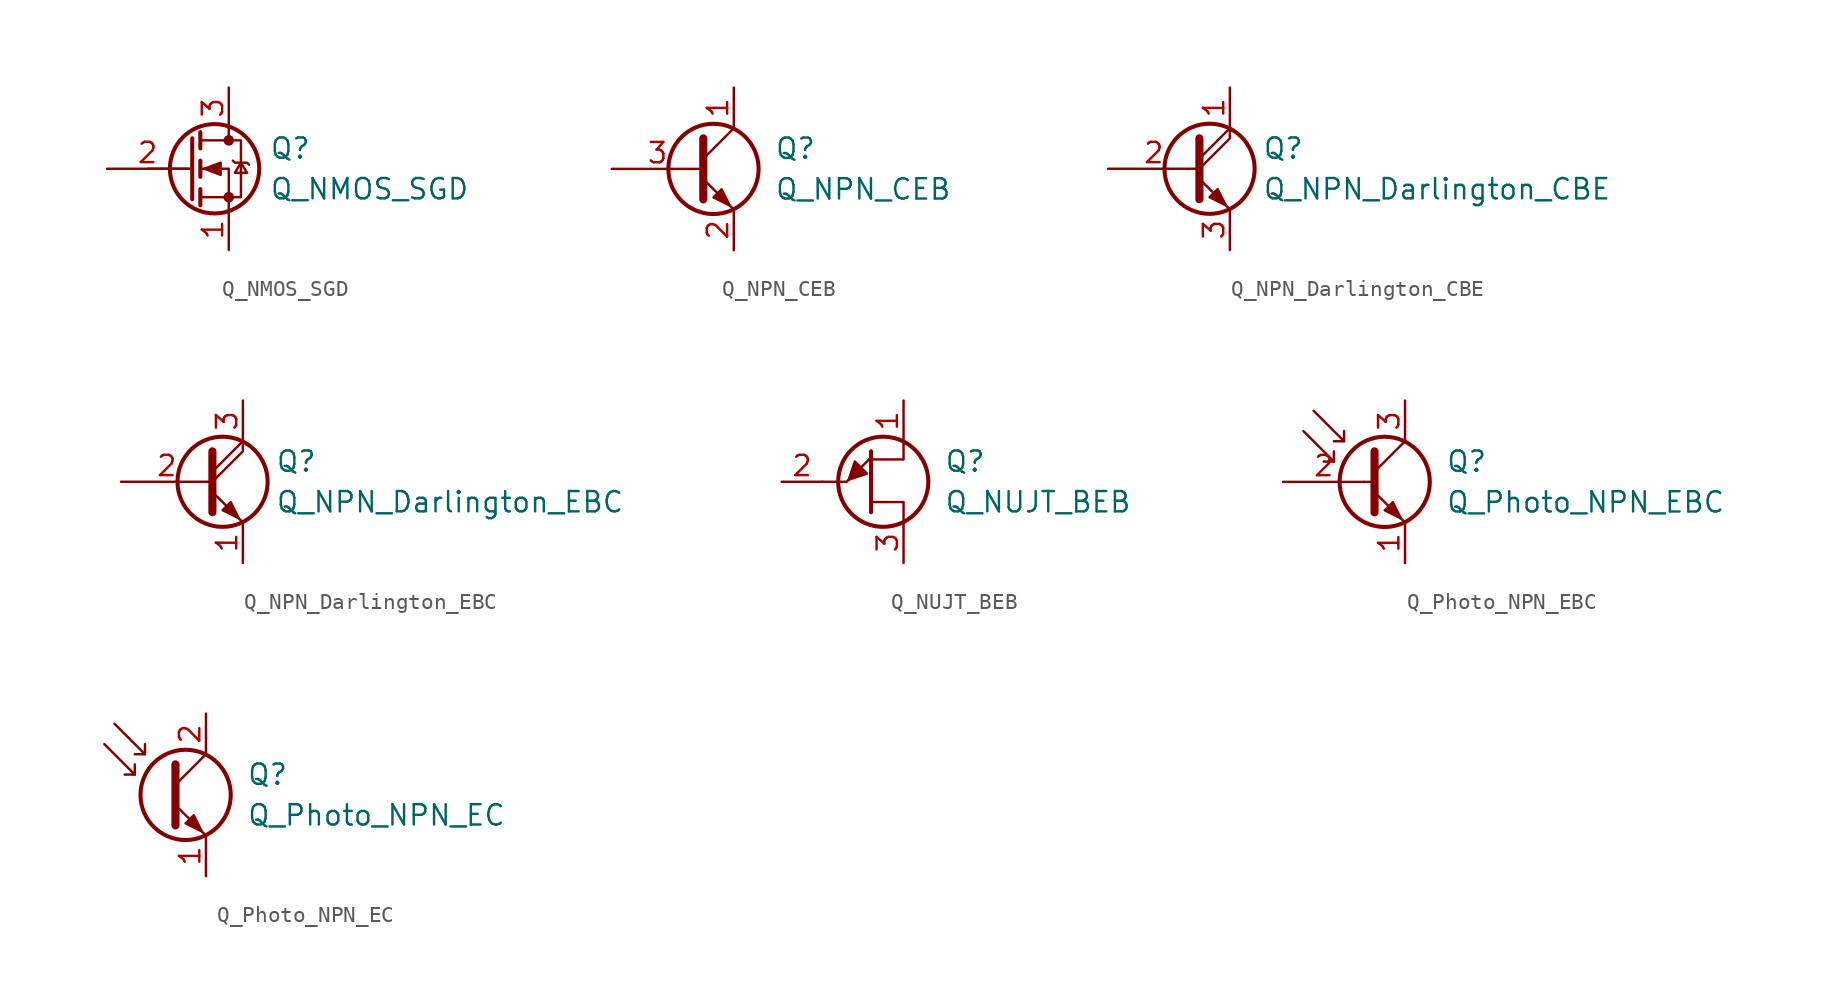
<source format=kicad_sym>
(kicad_symbol_lib
  (version 20220914)
  (generator kicad_symbol_editor)
  (symbol "Q_NMOS_SGD"
    (pin_names
      (offset 0) hide)
    (property "Reference" "Q"
      (at 5.08 1.27 0)
      (effects (font (size 1.27 1.27)) (justify left)))
    (property "Value" "Q_NMOS_SGD"
      (at 5.08 -1.27 0)
      (effects (font (size 1.27 1.27)) (justify left)))
    (symbol "Q_NMOS_SGD_0_1"
      (polyline (pts (xy 0.254 0) (xy -2.54 0)) (stroke (width 0) (type default)) (fill (type none)))
      (polyline (pts (xy 0.254 1.905) (xy 0.254 -1.905)) (stroke (width 0.254) (type default)) (fill (type none)))
      (polyline (pts (xy 0.762 -1.27) (xy 0.762 -2.286)) (stroke (width 0.254) (type default)) (fill (type none)))
      (polyline (pts (xy 0.762 0.508) (xy 0.762 -0.508)) (stroke (width 0.254) (type default)) (fill (type none)))
      (polyline (pts (xy 0.762 2.286) (xy 0.762 1.27)) (stroke (width 0.254) (type default)) (fill (type none)))
      (polyline (pts (xy 2.54 2.54) (xy 2.54 1.778)) (stroke (width 0) (type default)) (fill (type none)))
      (polyline (pts (xy 2.54 -2.54) (xy 2.54 0) (xy 0.762 0)) (stroke (width 0) (type default)) (fill (type none)))
      (polyline (pts (xy 0.762 -1.778) (xy 3.302 -1.778) (xy 3.302 1.778) (xy 0.762 1.778)) (stroke (width 0) (type default)) (fill (type none)))
      (polyline (pts (xy 1.016 0) (xy 2.032 0.381) (xy 2.032 -0.381) (xy 1.016 0)) (stroke (width 0) (type default)) (fill (type outline)))
      (polyline (pts (xy 2.794 0.508) (xy 2.921 0.381) (xy 3.683 0.381) (xy 3.81 0.254)) (stroke (width 0) (type default)) (fill (type none)))
      (polyline (pts (xy 3.302 0.381) (xy 2.921 -0.254) (xy 3.683 -0.254) (xy 3.302 0.381)) (stroke (width 0) (type default)) (fill (type none)))
      (circle (center 1.651 0) (radius 2.794) (stroke (width 0.254) (type default)) (fill (type none)))
      (circle (center 2.54 -1.778) (radius 0.254) (stroke (width 0) (type default)) (fill (type outline)))
      (circle (center 2.54 1.778) (radius 0.254) (stroke (width 0) (type default)) (fill (type outline))))
    (symbol "Q_NMOS_SGD_1_1"
      (pin passive line (at 2.54 -5.08 90) (length 2.54) (name "S" (effects (font (size 1.27 1.27)))) (number "1" (effects (font (size 1.27 1.27)))))
      (pin input line (at -5.08 0 0) (length 5.08) (name "G" (effects (font (size 1.27 1.27)))) (number "2" (effects (font (size 1.27 1.27)))))
      (pin passive line (at 2.54 5.08 270) (length 2.54) (name "D" (effects (font (size 1.27 1.27)))) (number "3" (effects (font (size 1.27 1.27)))))))
  (symbol "Q_NPN_CEB"
    (pin_names
      (offset 0) hide)
    (property "Reference" "Q"
      (at 5.08 1.27 0)
      (effects (font (size 1.27 1.27)) (justify left)))
    (property "Value" "Q_NPN_CEB"
      (at 5.08 -1.27 0)
      (effects (font (size 1.27 1.27)) (justify left)))
    (symbol "Q_NPN_CEB_0_1"
      (polyline (pts (xy 0.635 0.635) (xy 2.54 2.54)) (stroke (width 0) (type default)) (fill (type none)))
      (polyline (pts (xy 0.635 -0.635) (xy 2.54 -2.54) (xy 2.54 -2.54)) (stroke (width 0) (type default)) (fill (type none)))
      (polyline (pts (xy 0.635 1.905) (xy 0.635 -1.905) (xy 0.635 -1.905)) (stroke (width 0.508) (type default)) (fill (type none)))
      (polyline (pts (xy 1.27 -1.778) (xy 1.778 -1.27) (xy 2.286 -2.286) (xy 1.27 -1.778) (xy 1.27 -1.778)) (stroke (width 0) (type default)) (fill (type outline)))
      (circle (center 1.27 0) (radius 2.819) (stroke (width 0.254) (type default)) (fill (type none))))
    (symbol "Q_NPN_CEB_1_1"
      (pin passive line (at 2.54 5.08 270) (length 2.54) (name "C" (effects (font (size 1.27 1.27)))) (number "1" (effects (font (size 1.27 1.27)))))
      (pin passive line (at 2.54 -5.08 90) (length 2.54) (name "E" (effects (font (size 1.27 1.27)))) (number "2" (effects (font (size 1.27 1.27)))))
      (pin input line (at -5.08 0 0) (length 5.715) (name "B" (effects (font (size 1.27 1.27)))) (number "3" (effects (font (size 1.27 1.27)))))))
  (symbol "Q_NPN_Darlington_CBE"
    (pin_names
      (offset 0) hide)
    (property "Reference" "Q"
      (at 4.572 1.27 0)
      (effects (font (size 1.27 1.27)) (justify left)))
    (property "Value" "Q_NPN_Darlington_CBE"
      (at 4.572 -1.27 0)
      (effects (font (size 1.27 1.27)) (justify left)))
    (symbol "Q_NPN_Darlington_CBE_0_1"
      (polyline (pts (xy 0.635 0.635) (xy 2.54 2.54)) (stroke (width 0) (type default)) (fill (type none)))
      (polyline (pts (xy 0.635 -0.635) (xy 2.54 -2.54) (xy 2.54 -2.54)) (stroke (width 0) (type default)) (fill (type none)))
      (polyline (pts (xy 0.635 0) (xy 2.54 1.905) (xy 2.54 2.54)) (stroke (width 0) (type default)) (fill (type none)))
      (polyline (pts (xy 0.635 1.905) (xy 0.635 -1.905) (xy 0.635 -1.905)) (stroke (width 0.508) (type default)) (fill (type none)))
      (polyline (pts (xy 1.27 -1.778) (xy 1.778 -1.27) (xy 2.286 -2.286) (xy 1.27 -1.778) (xy 1.27 -1.778)) (stroke (width 0) (type default)) (fill (type outline)))
      (circle (center 1.27 0) (radius 2.819) (stroke (width 0.254) (type default)) (fill (type none))))
    (symbol "Q_NPN_Darlington_CBE_1_1"
      (pin passive line (at 2.54 5.08 270) (length 2.54) (name "C" (effects (font (size 1.27 1.27)))) (number "1" (effects (font (size 1.27 1.27)))))
      (pin input line (at -5.08 0 0) (length 5.715) (name "B" (effects (font (size 1.27 1.27)))) (number "2" (effects (font (size 1.27 1.27)))))
      (pin passive line (at 2.54 -5.08 90) (length 2.54) (name "E" (effects (font (size 1.27 1.27)))) (number "3" (effects (font (size 1.27 1.27)))))))
  (symbol "Q_NPN_Darlington_EBC"
    (pin_names
      (offset 0) hide)
    (property "Reference" "Q"
      (at 4.572 1.27 0)
      (effects (font (size 1.27 1.27)) (justify left)))
    (property "Value" "Q_NPN_Darlington_EBC"
      (at 4.572 -1.27 0)
      (effects (font (size 1.27 1.27)) (justify left)))
    (symbol "Q_NPN_Darlington_EBC_0_1"
      (polyline (pts (xy 0.635 0.635) (xy 2.54 2.54)) (stroke (width 0) (type default)) (fill (type none)))
      (polyline (pts (xy 0.635 -0.635) (xy 2.54 -2.54) (xy 2.54 -2.54)) (stroke (width 0) (type default)) (fill (type none)))
      (polyline (pts (xy 0.635 0) (xy 2.54 1.905) (xy 2.54 2.54)) (stroke (width 0) (type default)) (fill (type none)))
      (polyline (pts (xy 0.635 1.905) (xy 0.635 -1.905) (xy 0.635 -1.905)) (stroke (width 0.508) (type default)) (fill (type none)))
      (polyline (pts (xy 1.27 -1.778) (xy 1.778 -1.27) (xy 2.286 -2.286) (xy 1.27 -1.778) (xy 1.27 -1.778)) (stroke (width 0) (type default)) (fill (type outline)))
      (circle (center 1.27 0) (radius 2.819) (stroke (width 0.254) (type default)) (fill (type none))))
    (symbol "Q_NPN_Darlington_EBC_1_1"
      (pin passive line (at 2.54 -5.08 90) (length 2.54) (name "E" (effects (font (size 1.27 1.27)))) (number "1" (effects (font (size 1.27 1.27)))))
      (pin passive line (at -5.08 0 0) (length 5.715) (name "B" (effects (font (size 1.27 1.27)))) (number "2" (effects (font (size 1.27 1.27)))))
      (pin passive line (at 2.54 5.08 270) (length 2.54) (name "C" (effects (font (size 1.27 1.27)))) (number "3" (effects (font (size 1.27 1.27)))))))
  (symbol "Q_NUJT_BEB"
    (pin_names
      (offset 0) hide)
    (property "Reference" "Q"
      (at 5.08 1.27 0)
      (effects (font (size 1.27 1.27)) (justify left)))
    (property "Value" "Q_NUJT_BEB"
      (at 5.08 -1.27 0)
      (effects (font (size 1.27 1.27)) (justify left)))
    (symbol "Q_NUJT_BEB_0_1"
      (polyline (pts (xy -2.54 0) (xy -1.016 0) (xy 0.508 1.524)) (stroke (width 0) (type default)) (fill (type none)))
      (polyline (pts (xy 0.508 1.905) (xy 0.508 -1.905) (xy 0.508 -1.905)) (stroke (width 0.254) (type default)) (fill (type none)))
      (polyline (pts (xy 2.54 -2.54) (xy 2.54 -1.27) (xy 0.508 -1.27)) (stroke (width 0) (type default)) (fill (type none)))
      (polyline (pts (xy 2.54 2.54) (xy 2.54 1.397) (xy 0.508 1.397)) (stroke (width 0) (type default)) (fill (type none)))
      (polyline (pts (xy -0.889 0.127) (xy -0.508 1.27) (xy 0.254 0.508) (xy -0.889 0.127)) (stroke (width 0) (type default)) (fill (type outline)))
      (circle (center 1.27 0) (radius 2.819) (stroke (width 0.254) (type default)) (fill (type none))))
    (symbol "Q_NUJT_BEB_1_1"
      (pin passive line (at 2.54 5.08 270) (length 2.54) (name "B2" (effects (font (size 1.27 1.27)))) (number "1" (effects (font (size 1.27 1.27)))))
      (pin input line (at -5.08 0 0) (length 2.54) (name "E" (effects (font (size 1.27 1.27)))) (number "2" (effects (font (size 1.27 1.27)))))
      (pin passive line (at 2.54 -5.08 90) (length 2.54) (name "B1" (effects (font (size 1.27 1.27)))) (number "3" (effects (font (size 1.27 1.27)))))))
  (symbol "Q_Photo_NPN_EBC"
    (pin_names
      (offset 0) hide)
    (property "Reference" "Q"
      (at 5.08 1.27 0)
      (effects (font (size 1.27 1.27)) (justify left)))
    (property "Value" "Q_Photo_NPN_EBC"
      (at 5.08 -1.27 0)
      (effects (font (size 1.27 1.27)) (justify left)))
    (symbol "Q_Photo_NPN_EBC_0_1"
      (polyline (pts (xy -1.905 1.27) (xy -2.54 1.27)) (stroke (width 0) (type default)) (fill (type none)))
      (polyline (pts (xy -1.27 2.54) (xy -1.905 2.54)) (stroke (width 0) (type default)) (fill (type none)))
      (polyline (pts (xy 0 0) (xy 0.635 0)) (stroke (width 0) (type default)) (fill (type none)))
      (polyline (pts (xy 0.635 0.635) (xy 2.54 2.54)) (stroke (width 0) (type default)) (fill (type none)))
      (polyline (pts (xy -3.81 3.175) (xy -1.905 1.27) (xy -1.905 1.905)) (stroke (width 0) (type default)) (fill (type none)))
      (polyline (pts (xy -3.175 4.445) (xy -1.27 2.54) (xy -1.27 3.175)) (stroke (width 0) (type default)) (fill (type none)))
      (polyline (pts (xy 0.635 -0.635) (xy 2.54 -2.54) (xy 2.54 -2.54)) (stroke (width 0) (type default)) (fill (type none)))
      (polyline (pts (xy 0.635 1.905) (xy 0.635 -1.905) (xy 0.635 -1.905)) (stroke (width 0.508) (type default)) (fill (type none)))
      (polyline (pts (xy 1.27 -1.778) (xy 1.778 -1.27) (xy 2.286 -2.286) (xy 1.27 -1.778) (xy 1.27 -1.778)) (stroke (width 0) (type default)) (fill (type outline)))
      (circle (center 1.27 0) (radius 2.819) (stroke (width 0.254) (type default)) (fill (type none))))
    (symbol "Q_Photo_NPN_EBC_1_1"
      (pin passive line (at 2.54 -5.08 90) (length 2.54) (name "E" (effects (font (size 1.27 1.27)))) (number "1" (effects (font (size 1.27 1.27)))))
      (pin input line (at -5.08 0 0) (length 5.08) (name "B" (effects (font (size 1.27 1.27)))) (number "2" (effects (font (size 1.27 1.27)))))
      (pin passive line (at 2.54 5.08 270) (length 2.54) (name "C" (effects (font (size 1.27 1.27)))) (number "3" (effects (font (size 1.27 1.27)))))))
  (symbol "Q_Photo_NPN_EC"
    (pin_names
      (offset 0) hide)
    (property "Reference" "Q"
      (at 5.08 1.27 0)
      (effects (font (size 1.27 1.27)) (justify left)))
    (property "Value" "Q_Photo_NPN_EC"
      (at 5.08 -1.27 0)
      (effects (font (size 1.27 1.27)) (justify left)))
    (symbol "Q_Photo_NPN_EC_0_1"
      (polyline (pts (xy -1.905 1.27) (xy -2.54 1.27)) (stroke (width 0) (type default)) (fill (type none)))
      (polyline (pts (xy -1.27 2.54) (xy -1.905 2.54)) (stroke (width 0) (type default)) (fill (type none)))
      (polyline (pts (xy 0.635 0.635) (xy 2.54 2.54)) (stroke (width 0) (type default)) (fill (type none)))
      (polyline (pts (xy -3.81 3.175) (xy -1.905 1.27) (xy -1.905 1.905)) (stroke (width 0) (type default)) (fill (type none)))
      (polyline (pts (xy -3.175 4.445) (xy -1.27 2.54) (xy -1.27 3.175)) (stroke (width 0) (type default)) (fill (type none)))
      (polyline (pts (xy 0.635 -0.635) (xy 2.54 -2.54) (xy 2.54 -2.54)) (stroke (width 0) (type default)) (fill (type none)))
      (polyline (pts (xy 0.635 1.905) (xy 0.635 -1.905) (xy 0.635 -1.905)) (stroke (width 0.508) (type default)) (fill (type none)))
      (polyline (pts (xy 1.27 -1.778) (xy 1.778 -1.27) (xy 2.286 -2.286) (xy 1.27 -1.778) (xy 1.27 -1.778)) (stroke (width 0) (type default)) (fill (type outline)))
      (circle (center 1.27 0) (radius 2.819) (stroke (width 0.254) (type default)) (fill (type none))))
    (symbol "Q_Photo_NPN_EC_1_1"
      (pin passive line (at 2.54 -5.08 90) (length 2.54) (name "E" (effects (font (size 1.27 1.27)))) (number "1" (effects (font (size 1.27 1.27)))))
      (pin passive line (at 2.54 5.08 270) (length 2.54) (name "C" (effects (font (size 1.27 1.27)))) (number "2" (effects (font (size 1.27 1.27))))))))
</source>
